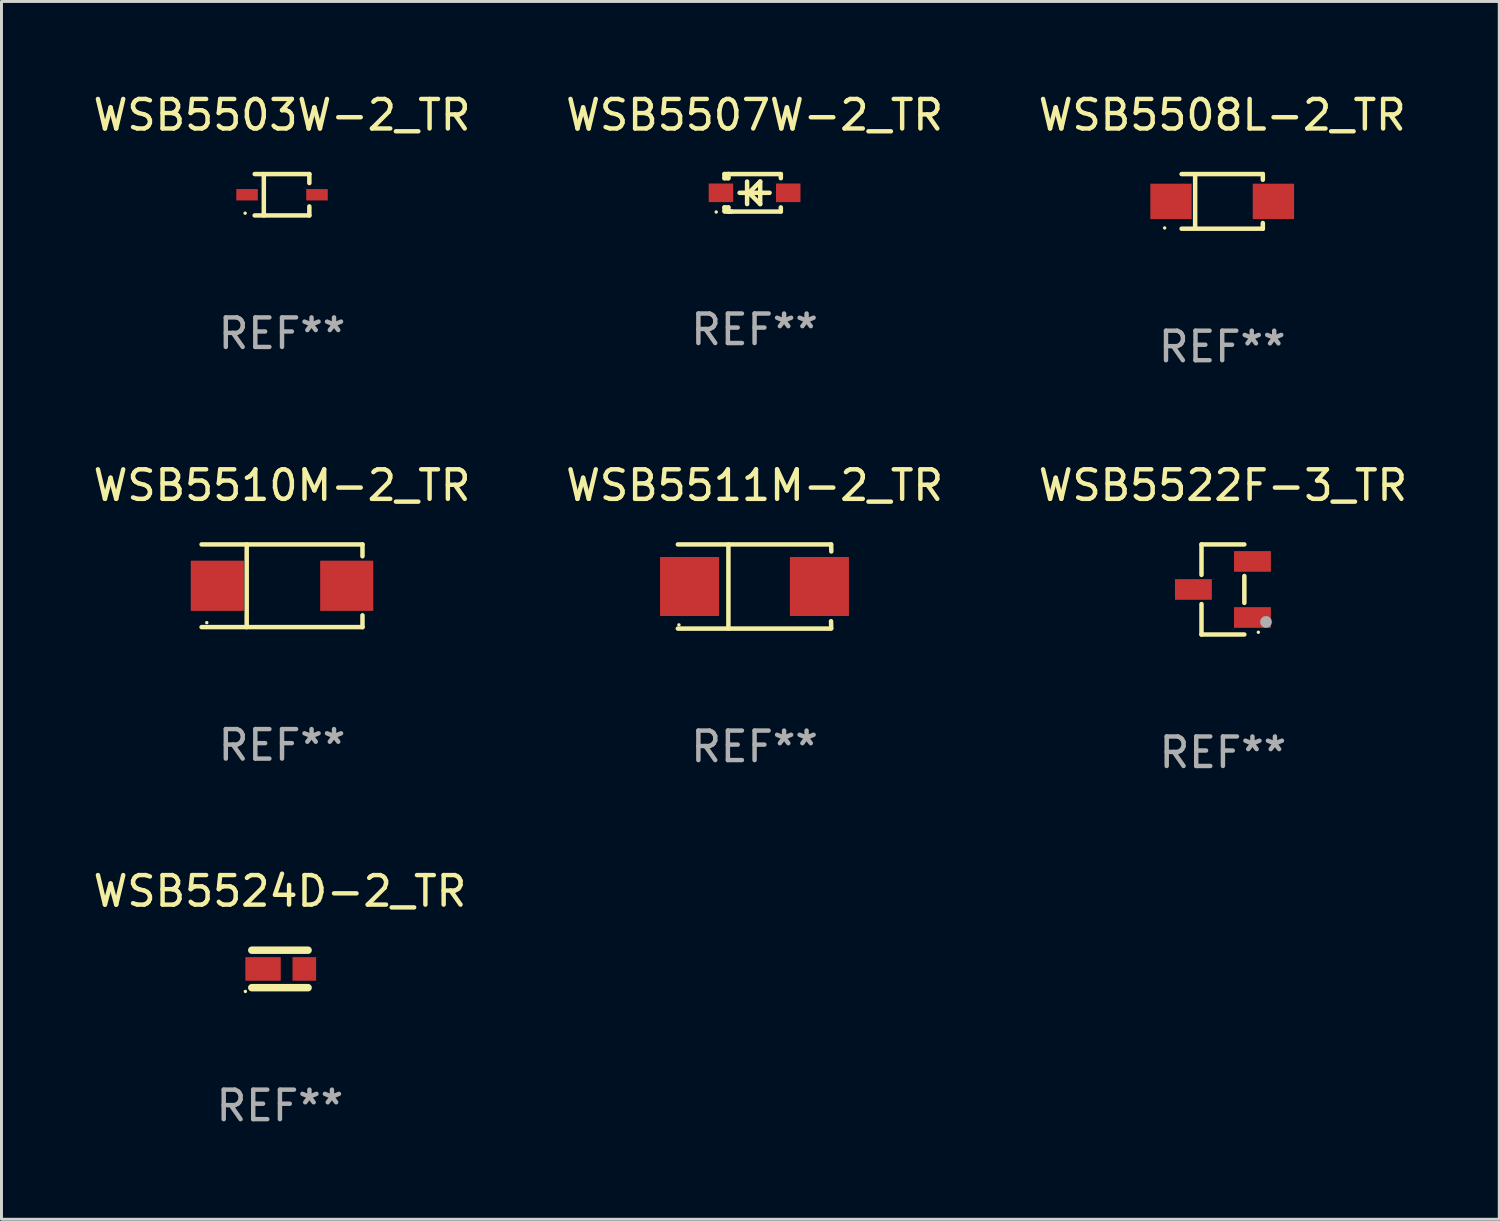
<source format=kicad_pcb>
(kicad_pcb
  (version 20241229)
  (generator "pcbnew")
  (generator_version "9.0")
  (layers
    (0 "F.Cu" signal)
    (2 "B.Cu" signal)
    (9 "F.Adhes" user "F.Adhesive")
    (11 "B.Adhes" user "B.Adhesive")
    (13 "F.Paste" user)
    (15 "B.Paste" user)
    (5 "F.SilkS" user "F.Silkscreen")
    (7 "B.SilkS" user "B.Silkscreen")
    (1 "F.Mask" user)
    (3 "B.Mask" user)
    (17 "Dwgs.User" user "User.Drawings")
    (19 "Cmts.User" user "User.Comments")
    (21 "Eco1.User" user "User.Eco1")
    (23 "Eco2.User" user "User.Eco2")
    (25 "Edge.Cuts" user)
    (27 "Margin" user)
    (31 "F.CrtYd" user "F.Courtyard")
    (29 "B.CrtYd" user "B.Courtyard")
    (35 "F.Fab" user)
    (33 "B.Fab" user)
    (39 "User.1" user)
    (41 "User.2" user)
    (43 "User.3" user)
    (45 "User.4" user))
  (footprint "WSB5503W-2_TR"
    (layer "F.Cu")
    (at 6.506 3.549)
    (property "Reference" "WSB5503W-2_TR" (at 0 -2.701 0) (layer "F.SilkS") (effects (font (size 1 1) (thickness 0.15))))
    (attr through_hole)
    (fp_line (start -0.926 -0.701) (end 0.926 -0.701) (stroke (width 0.152) (type solid)) (layer "F.SilkS"))
    (fp_line (start -0.926 0.701) (end 0.926 0.701) (stroke (width 0.152) (type solid)) (layer "F.SilkS"))
    (fp_line (start -0.617 -0.701) (end -0.617 0.701) (stroke (width 0.152) (type solid)) (layer "F.SilkS"))
    (fp_line (start 0.926 -0.701) (end 0.926 -0.396) (stroke (width 0.152) (type solid)) (layer "F.SilkS"))
    (fp_line (start 0.926 0.701) (end 0.926 0.396) (stroke (width 0.152) (type solid)) (layer "F.SilkS"))
    (fp_circle (center -1.25 0.625) (end -1.22 0.625) (stroke (width 0.06) (type solid)) (fill no) (layer "F.SilkS"))
    (fp_text user "REF**" (at 0 4.701 0) (layer "F.Fab") (effects (font (size 1 1) (thickness 0.15))))
    (pad "1" smd rect (at -1.185 0 180) (size 0.73 0.385) (layers "F.Cu" "F.Mask" "F.Paste"))
    (pad "2" smd rect (at 1.185 0 180) (size 0.73 0.385) (layers "F.Cu" "F.Mask" "F.Paste")))
  (footprint "WSB5522F-3_TR"
    (layer "F.Cu")
    (at 38.387 16.923)
    (property "Reference" "WSB5522F-3_TR" (at 0 -3.526 0) (layer "F.SilkS") (effects (font (size 1 1) (thickness 0.15))))
    (attr through_hole)
    (fp_line (start -0.726 -1.526) (end -0.726 -0.495) (stroke (width 0.152) (type solid)) (layer "F.SilkS"))
    (fp_line (start -0.726 1.526) (end -0.726 0.495) (stroke (width 0.152) (type solid)) (layer "F.SilkS"))
    (fp_line (start 0.726 -1.526) (end -0.726 -1.526) (stroke (width 0.152) (type solid)) (layer "F.SilkS"))
    (fp_line (start 0.726 -0.455) (end 0.726 0.455) (stroke (width 0.152) (type solid)) (layer "F.SilkS"))
    (fp_line (start 0.726 1.526) (end -0.726 1.526) (stroke (width 0.152) (type solid)) (layer "F.SilkS"))
    (fp_circle (center 1.2 1.45) (end 1.23 1.45) (stroke (width 0.06) (type solid)) (fill no) (layer "F.SilkS"))
    (fp_circle (center 1.46 1.1) (end 1.56 1.1) (stroke (width 0.2) (type solid)) (fill no) (layer "F.Fab"))
    (fp_text user "REF**" (at 0 5.526 0) (layer "F.Fab") (effects (font (size 1 1) (thickness 0.15))))
    (pad "1" smd rect (at 1 0.95) (size 1.25 0.7) (layers "F.Cu" "F.Mask" "F.Paste"))
    (pad "2" smd rect (at 1 -0.95) (size 1.25 0.7) (layers "F.Cu" "F.Mask" "F.Paste"))
    (pad "3" smd rect (at -1 0) (size 1.25 0.7) (layers "F.Cu" "F.Mask" "F.Paste")))
  (footprint "WSB5510M-2_TR"
    (layer "F.Cu")
    (at 6.506 16.798)
    (property "Reference" "WSB5510M-2_TR" (at 0 -3.401 0) (layer "F.SilkS") (effects (font (size 1 1) (thickness 0.15))))
    (attr through_hole)
    (fp_line (start -2.726 -1.401) (end 2.726 -1.401) (stroke (width 0.152) (type solid)) (layer "F.SilkS"))
    (fp_line (start -2.726 1.401) (end 2.726 1.401) (stroke (width 0.152) (type solid)) (layer "F.SilkS"))
    (fp_line (start -1.197 -1.401) (end -1.197 1.401) (stroke (width 0.152) (type solid)) (layer "F.SilkS"))
    (fp_line (start 2.726 -1.401) (end 2.726 -1) (stroke (width 0.152) (type solid)) (layer "F.SilkS"))
    (fp_line (start 2.726 1.401) (end 2.726 1) (stroke (width 0.152) (type solid)) (layer "F.SilkS"))
    (fp_circle (center -2.55 1.25) (end -2.52 1.25) (stroke (width 0.06) (type solid)) (fill no) (layer "F.SilkS"))
    (fp_text user "REF**" (at 0 5.401 0) (layer "F.Fab") (effects (font (size 1 1) (thickness 0.15))))
    (pad "1" smd rect (at -2.192 0) (size 1.8 1.7) (layers "F.Cu" "F.Mask" "F.Paste"))
    (pad "2" smd rect (at 2.192 0) (size 1.8 1.7) (layers "F.Cu" "F.Mask" "F.Paste")))
  (footprint "WSB5511M-2_TR"
    (layer "F.Cu")
    (at 22.518 16.823)
    (property "Reference" "WSB5511M-2_TR" (at 0 -3.426 0) (layer "F.SilkS") (effects (font (size 1 1) (thickness 0.15))))
    (attr through_hole)
    (fp_line (start -2.6 -1.426) (end 2.593 -1.426) (stroke (width 0.152) (type solid)) (layer "F.SilkS"))
    (fp_line (start -2.6 1.426) (end 2.593 1.426) (stroke (width 0.152) (type solid)) (layer "F.SilkS"))
    (fp_line (start -0.887 -1.426) (end -0.887 1.426) (stroke (width 0.152) (type solid)) (layer "F.SilkS"))
    (fp_line (start 2.59 1.176) (end 2.597 1.415) (stroke (width 0.152) (type solid)) (layer "F.SilkS"))
    (fp_line (start 2.593 -1.426) (end 2.6 -1.187) (stroke (width 0.152) (type solid)) (layer "F.SilkS"))
    (fp_circle (center -2.563 1.3) (end -2.533 1.3) (stroke (width 0.06) (type solid)) (fill no) (layer "F.SilkS"))
    (fp_text user "REF**" (at 0 5.426 0) (layer "F.Fab") (effects (font (size 1 1) (thickness 0.15))))
    (pad "1" smd rect (at -2.203 -0.000025 180) (size 2 2) (layers "F.Cu" "F.Mask" "F.Paste"))
    (pad "2" smd rect (at 2.197 -0.000025 180) (size 2 2) (layers "F.Cu" "F.Mask" "F.Paste")))
  (footprint "WSB5524D-2_TR"
    (layer "F.Cu")
    (at 6.435 29.781)
    (property "Reference" "WSB5524D-2_TR" (at 0 -2.635 0) (layer "F.SilkS") (effects (font (size 1 1) (thickness 0.15))))
    (attr through_hole)
    (fp_line (start -0.953 -0.635) (end 0.953 -0.635) (stroke (width 0.254) (type solid)) (layer "F.SilkS"))
    (fp_line (start -0.953 0.635) (end 0.953 0.635) (stroke (width 0.254) (type solid)) (layer "F.SilkS"))
    (fp_circle (center -1.171 0.762) (end -1.141 0.762) (stroke (width 0.06) (type solid)) (fill no) (layer "F.SilkS"))
    (fp_text user "REF**" (at 0 4.635 0) (layer "F.Fab") (effects (font (size 1 1) (thickness 0.15))))
    (pad "1" smd rect (at -0.572 0) (size 1.2 0.8) (layers "F.Cu" "F.Mask" "F.Paste"))
    (pad "2" smd rect (at 0.826 0) (size 0.8 0.8) (layers "F.Cu" "F.Mask" "F.Paste")))
  (footprint "WSB5508L-2_TR"
    (layer "F.Cu")
    (at 38.363 3.774)
    (property "Reference" "WSB5508L-2_TR" (at 0 -2.926 0) (layer "F.SilkS") (effects (font (size 1 1) (thickness 0.15))))
    (attr through_hole)
    (fp_line (start -1.376 -0.926) (end 1.376 -0.926) (stroke (width 0.152) (type solid)) (layer "F.SilkS"))
    (fp_line (start -1.376 0.926) (end 1.376 0.926) (stroke (width 0.152) (type solid)) (layer "F.SilkS"))
    (fp_line (start -0.917 -0.876) (end -0.917 0.876) (stroke (width 0.152) (type solid)) (layer "F.SilkS"))
    (fp_line (start 1.376 -0.926) (end 1.376 -0.733) (stroke (width 0.152) (type solid)) (layer "F.SilkS"))
    (fp_line (start 1.376 0.926) (end 1.376 0.733) (stroke (width 0.152) (type solid)) (layer "F.SilkS"))
    (fp_circle (center -1.95 0.9) (end -1.92 0.9) (stroke (width 0.06) (type solid)) (fill no) (layer "F.SilkS"))
    (fp_text user "REF**" (at 0 4.926 0) (layer "F.Fab") (effects (font (size 1 1) (thickness 0.15))))
    (pad "1" smd rect (at -1.735 0) (size 1.4 1.2) (layers "F.Cu" "F.Mask" "F.Paste"))
    (pad "2" smd rect (at 1.735 0) (size 1.4 1.2) (layers "F.Cu" "F.Mask" "F.Paste")))
  (footprint "WSB5507W-2_TR"
    (layer "F.Cu")
    (at 22.518 3.483)
    (property "Reference" "WSB5507W-2_TR" (at 0 -2.635 0) (layer "F.SilkS") (effects (font (size 1 1) (thickness 0.15))))
    (attr through_hole)
    (fp_line (start -1.02 -0.635) (end -1.02 -0.495) (stroke (width 0.152) (type solid)) (layer "F.SilkS"))
    (fp_line (start -1.02 -0.495) (end -0.889 -0.495) (stroke (width 0.152) (type solid)) (layer "F.SilkS"))
    (fp_line (start -1.02 0.495) (end -1.02 0.62) (stroke (width 0.152) (type solid)) (layer "F.SilkS"))
    (fp_line (start -1.02 0.495) (end -0.889 0.495) (stroke (width 0.152) (type solid)) (layer "F.SilkS"))
    (fp_line (start -0.889 -0.635) (end -1.02 -0.635) (stroke (width 0.152) (type solid)) (layer "F.SilkS"))
    (fp_line (start -0.889 -0.635) (end -0.889 -0.595) (stroke (width 0.152) (type solid)) (layer "F.SilkS"))
    (fp_line (start -0.889 -0.635) (end 0.889 -0.635) (stroke (width 0.152) (type solid)) (layer "F.SilkS"))
    (fp_line (start -0.889 -0.495) (end -0.889 -0.635) (stroke (width 0.152) (type solid)) (layer "F.SilkS"))
    (fp_line (start -0.889 0.595) (end -0.889 0.495) (stroke (width 0.152) (type solid)) (layer "F.SilkS"))
    (fp_line (start -0.889 0.595) (end -0.889 0.635) (stroke (width 0.152) (type solid)) (layer "F.SilkS"))
    (fp_line (start -0.889 0.635) (end 0.889 0.635) (stroke (width 0.152) (type solid)) (layer "F.SilkS"))
    (fp_line (start -0.776 0.635) (end -1.014 0.635) (stroke (width 0.152) (type solid)) (layer "F.SilkS"))
    (fp_line (start -0.254 -0.381) (end -0.254 0.381) (stroke (width 0.152) (type solid)) (layer "F.SilkS"))
    (fp_line (start -0.191 0) (end 0.19 -0.381) (stroke (width 0.152) (type solid)) (layer "F.SilkS"))
    (fp_line (start 0.19 -0.381) (end 0.19 0.381) (stroke (width 0.152) (type solid)) (layer "F.SilkS"))
    (fp_line (start 0.19 0.381) (end -0.191 0) (stroke (width 0.152) (type solid)) (layer "F.SilkS"))
    (fp_line (start 0.508 0) (end -0.508 0) (stroke (width 0.152) (type solid)) (layer "F.SilkS"))
    (fp_line (start 0.889 -0.635) (end 0.889 -0.495) (stroke (width 0.152) (type solid)) (layer "F.SilkS"))
    (fp_line (start 0.889 0.495) (end 0.889 0.635) (stroke (width 0.152) (type solid)) (layer "F.SilkS"))
    (fp_circle (center -1.3 0.65) (end -1.27 0.65) (stroke (width 0.06) (type solid)) (fill no) (layer "F.SilkS"))
    (fp_text user "REF**" (at 0 4.635 0) (layer "F.Fab") (effects (font (size 1 1) (thickness 0.15))))
    (pad "1" smd rect (at -1.14 0 90) (size 0.63 0.83) (layers "F.Cu" "F.Mask" "F.Paste"))
    (pad "2" smd rect (at 1.14 0 90) (size 0.63 0.83) (layers "F.Cu" "F.Mask" "F.Paste")))
  (gr_rect
    (start -3 -3)
    (end 47.75 38.264)
    (stroke (width 0.1) (type default))
    (fill no)
    (layer "Edge.Cuts")))
</source>
